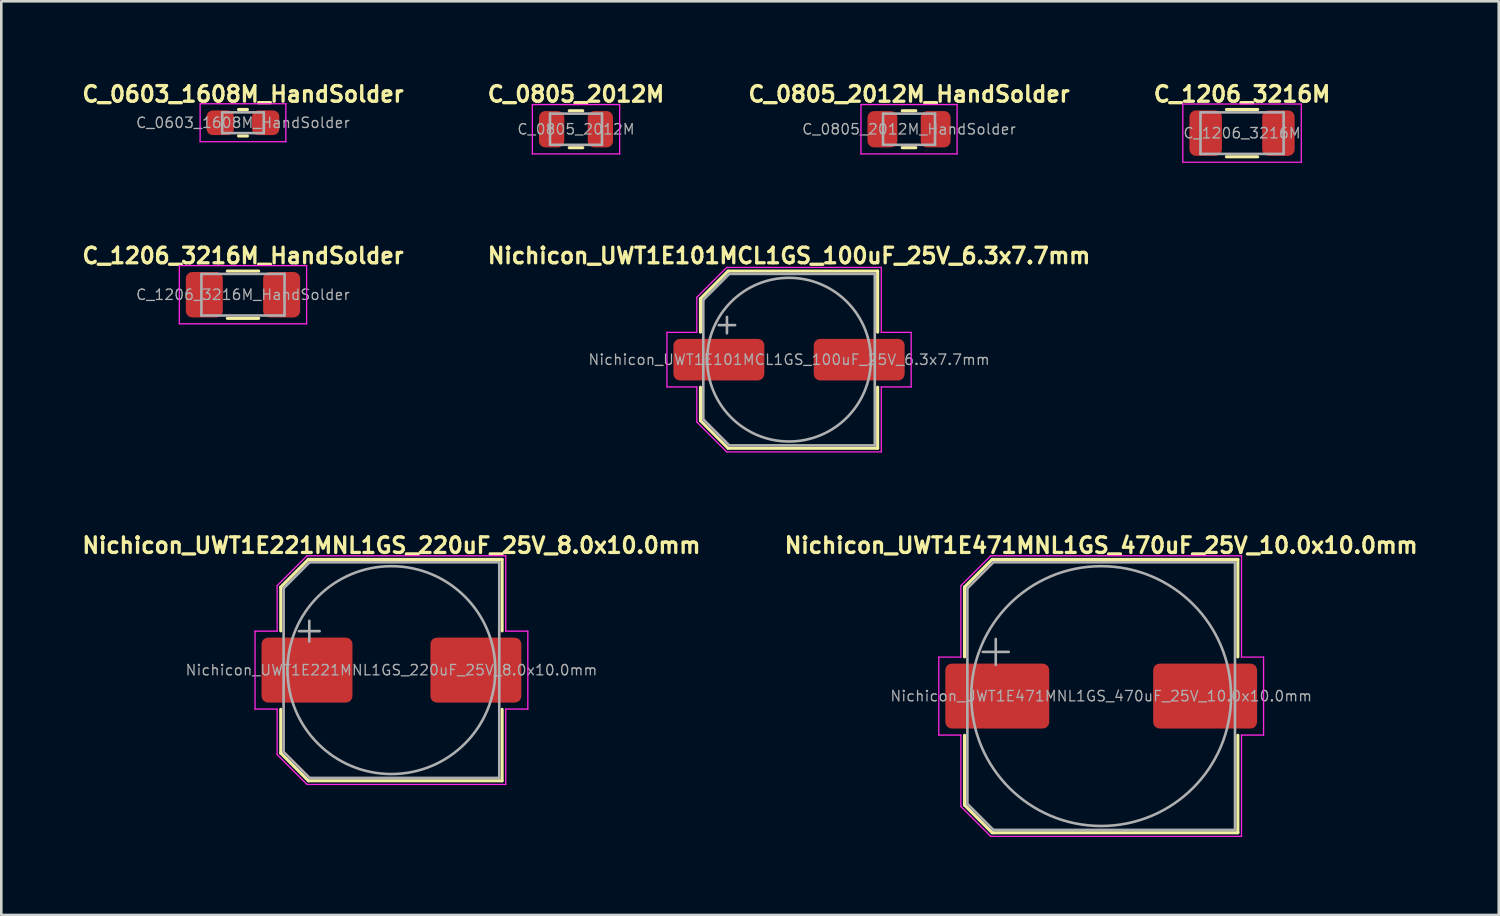
<source format=kicad_pcb>
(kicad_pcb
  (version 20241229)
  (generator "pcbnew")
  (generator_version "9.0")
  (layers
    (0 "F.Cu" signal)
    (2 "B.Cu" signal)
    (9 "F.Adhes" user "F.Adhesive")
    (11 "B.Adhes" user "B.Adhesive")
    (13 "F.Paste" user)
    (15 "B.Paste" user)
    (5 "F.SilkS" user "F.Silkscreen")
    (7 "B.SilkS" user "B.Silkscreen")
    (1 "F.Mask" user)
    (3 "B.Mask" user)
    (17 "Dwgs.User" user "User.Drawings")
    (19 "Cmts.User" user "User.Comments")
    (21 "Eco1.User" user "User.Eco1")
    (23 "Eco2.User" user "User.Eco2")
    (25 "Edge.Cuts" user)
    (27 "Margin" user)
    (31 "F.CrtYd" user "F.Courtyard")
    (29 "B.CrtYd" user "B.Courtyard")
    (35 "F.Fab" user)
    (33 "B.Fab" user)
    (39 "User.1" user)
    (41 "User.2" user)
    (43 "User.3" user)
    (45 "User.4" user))
  (footprint "Nichicon_UWT1E101MCL1GS_100uF_25V_6.3x7.7mm"
    (layer "F.Cu")
    (at 27.32 10.793)
    (property "Reference" "Nichicon_UWT1E101MCL1GS_100uF_25V_6.3x7.7mm" (at 0 -4 0) (layer "F.SilkS") (effects (font (size 0.6 0.6) (thickness 0.127))))
    (attr smd)
    (fp_line (start -3.41 -2.346) (end -3.41 -1.06) (stroke (width 0.12) (type solid)) (layer "F.SilkS"))
    (fp_line (start -3.41 -2.346) (end -2.346 -3.41) (stroke (width 0.12) (type solid)) (layer "F.SilkS"))
    (fp_line (start -3.41 2.346) (end -3.41 1.06) (stroke (width 0.12) (type solid)) (layer "F.SilkS"))
    (fp_line (start -3.41 2.346) (end -2.346 3.41) (stroke (width 0.12) (type solid)) (layer "F.SilkS"))
    (fp_line (start -2.346 -3.41) (end 3.41 -3.41) (stroke (width 0.12) (type solid)) (layer "F.SilkS"))
    (fp_line (start -2.346 3.41) (end 3.41 3.41) (stroke (width 0.12) (type solid)) (layer "F.SilkS"))
    (fp_line (start 3.41 -3.41) (end 3.41 -1.06) (stroke (width 0.12) (type solid)) (layer "F.SilkS"))
    (fp_line (start 3.41 3.41) (end 3.41 1.06) (stroke (width 0.12) (type solid)) (layer "F.SilkS"))
    (fp_line (start -4.7 -1.05) (end -4.7 1.05) (stroke (width 0.05) (type solid)) (layer "F.CrtYd"))
    (fp_line (start -4.7 1.05) (end -3.55 1.05) (stroke (width 0.05) (type solid)) (layer "F.CrtYd"))
    (fp_line (start -3.55 -2.4) (end -3.55 -1.05) (stroke (width 0.05) (type solid)) (layer "F.CrtYd"))
    (fp_line (start -3.55 -2.4) (end -2.4 -3.55) (stroke (width 0.05) (type solid)) (layer "F.CrtYd"))
    (fp_line (start -3.55 -1.05) (end -4.7 -1.05) (stroke (width 0.05) (type solid)) (layer "F.CrtYd"))
    (fp_line (start -3.55 1.05) (end -3.55 2.4) (stroke (width 0.05) (type solid)) (layer "F.CrtYd"))
    (fp_line (start -3.55 2.4) (end -2.4 3.55) (stroke (width 0.05) (type solid)) (layer "F.CrtYd"))
    (fp_line (start -2.4 -3.55) (end 3.55 -3.55) (stroke (width 0.05) (type solid)) (layer "F.CrtYd"))
    (fp_line (start -2.4 3.55) (end 3.55 3.55) (stroke (width 0.05) (type solid)) (layer "F.CrtYd"))
    (fp_line (start 3.55 -3.55) (end 3.55 -1.05) (stroke (width 0.05) (type solid)) (layer "F.CrtYd"))
    (fp_line (start 3.55 -1.05) (end 4.7 -1.05) (stroke (width 0.05) (type solid)) (layer "F.CrtYd"))
    (fp_line (start 3.55 1.05) (end 3.55 3.55) (stroke (width 0.05) (type solid)) (layer "F.CrtYd"))
    (fp_line (start 4.7 -1.05) (end 4.7 1.05) (stroke (width 0.05) (type solid)) (layer "F.CrtYd"))
    (fp_line (start 4.7 1.05) (end 3.55 1.05) (stroke (width 0.05) (type solid)) (layer "F.CrtYd"))
    (fp_line (start -3.3 -2.3) (end -3.3 2.3) (stroke (width 0.1) (type solid)) (layer "F.Fab"))
    (fp_line (start -3.3 -2.3) (end -2.3 -3.3) (stroke (width 0.1) (type solid)) (layer "F.Fab"))
    (fp_line (start -3.3 2.3) (end -2.3 3.3) (stroke (width 0.1) (type solid)) (layer "F.Fab"))
    (fp_line (start -2.705 -1.33) (end -2.075 -1.33) (stroke (width 0.1) (type solid)) (layer "F.Fab"))
    (fp_line (start -2.39 -1.645) (end -2.39 -1.015) (stroke (width 0.1) (type solid)) (layer "F.Fab"))
    (fp_line (start -2.3 -3.3) (end 3.3 -3.3) (stroke (width 0.1) (type solid)) (layer "F.Fab"))
    (fp_line (start -2.3 3.3) (end 3.3 3.3) (stroke (width 0.1) (type solid)) (layer "F.Fab"))
    (fp_line (start 3.3 -3.3) (end 3.3 3.3) (stroke (width 0.1) (type solid)) (layer "F.Fab"))
    (fp_circle (center 0 0) (end 3.15 0) (stroke (width 0.1) (type solid)) (fill no) (layer "F.Fab"))
    (fp_text user "${REFERENCE}" (at 0 0 0) (layer "F.Fab") (effects (font (size 0.4 0.4) (thickness 0.05))))
    (pad "1" smd roundrect (at -2.7 0) (size 3.5 1.6) (layers "F.Cu" "F.Mask" "F.Paste") (roundrect_rratio 0.156))
    (pad "2" smd roundrect (at 2.7 0) (size 3.5 1.6) (layers "F.Cu" "F.Mask" "F.Paste") (roundrect_rratio 0.156)))
  (footprint "C_0805_2012M"
    (layer "F.Cu")
    (at 19.12 1.924)
    (property "Reference" "C_0805_2012M" (at 0 -1.35 0) (layer "F.SilkS") (effects (font (size 0.6 0.6) (thickness 0.127))))
    (attr smd)
    (fp_line (start -0.259 -0.71) (end 0.259 -0.71) (stroke (width 0.12) (type solid)) (layer "F.SilkS"))
    (fp_line (start -0.259 0.71) (end 0.259 0.71) (stroke (width 0.12) (type solid)) (layer "F.SilkS"))
    (fp_line (start -1.68 -0.95) (end 1.68 -0.95) (stroke (width 0.05) (type solid)) (layer "F.CrtYd"))
    (fp_line (start -1.68 0.95) (end -1.68 -0.95) (stroke (width 0.05) (type solid)) (layer "F.CrtYd"))
    (fp_line (start 1.68 -0.95) (end 1.68 0.95) (stroke (width 0.05) (type solid)) (layer "F.CrtYd"))
    (fp_line (start 1.68 0.95) (end -1.68 0.95) (stroke (width 0.05) (type solid)) (layer "F.CrtYd"))
    (fp_line (start -1 -0.6) (end 1 -0.6) (stroke (width 0.1) (type solid)) (layer "F.Fab"))
    (fp_line (start -1 0.6) (end -1 -0.6) (stroke (width 0.1) (type solid)) (layer "F.Fab"))
    (fp_line (start 1 -0.6) (end 1 0.6) (stroke (width 0.1) (type solid)) (layer "F.Fab"))
    (fp_line (start 1 0.6) (end -1 0.6) (stroke (width 0.1) (type solid)) (layer "F.Fab"))
    (fp_text user "${REFERENCE}" (at 0 0 0) (layer "F.Fab") (effects (font (size 0.4 0.4) (thickness 0.05))))
    (pad "1" smd roundrect (at -0.938 0) (size 0.975 1.4) (layers "F.Cu" "F.Mask" "F.Paste") (roundrect_rratio 0.25))
    (pad "2" smd roundrect (at 0.938 0) (size 0.975 1.4) (layers "F.Cu" "F.Mask" "F.Paste") (roundrect_rratio 0.25)))
  (footprint "Nichicon_UWT1E471MNL1GS_470uF_25V_10.0x10.0mm"
    (layer "F.Cu")
    (at 39.334 23.742)
    (property "Reference" "Nichicon_UWT1E471MNL1GS_470uF_25V_10.0x10.0mm" (at 0 -5.8 0) (layer "F.SilkS") (effects (font (size 0.6 0.6) (thickness 0.127))))
    (attr smd)
    (fp_line (start -5.26 -4.196) (end -5.26 -1.51) (stroke (width 0.12) (type solid)) (layer "F.SilkS"))
    (fp_line (start -5.26 -4.196) (end -4.196 -5.26) (stroke (width 0.12) (type solid)) (layer "F.SilkS"))
    (fp_line (start -5.26 4.196) (end -5.26 1.51) (stroke (width 0.12) (type solid)) (layer "F.SilkS"))
    (fp_line (start -5.26 4.196) (end -4.196 5.26) (stroke (width 0.12) (type solid)) (layer "F.SilkS"))
    (fp_line (start -4.196 -5.26) (end 5.26 -5.26) (stroke (width 0.12) (type solid)) (layer "F.SilkS"))
    (fp_line (start -4.196 5.26) (end 5.26 5.26) (stroke (width 0.12) (type solid)) (layer "F.SilkS"))
    (fp_line (start 5.26 -5.26) (end 5.26 -1.51) (stroke (width 0.12) (type solid)) (layer "F.SilkS"))
    (fp_line (start 5.26 5.26) (end 5.26 1.51) (stroke (width 0.12) (type solid)) (layer "F.SilkS"))
    (fp_line (start -6.25 -1.5) (end -6.25 1.5) (stroke (width 0.05) (type solid)) (layer "F.CrtYd"))
    (fp_line (start -6.25 1.5) (end -5.4 1.5) (stroke (width 0.05) (type solid)) (layer "F.CrtYd"))
    (fp_line (start -5.4 -4.25) (end -5.4 -1.5) (stroke (width 0.05) (type solid)) (layer "F.CrtYd"))
    (fp_line (start -5.4 -4.25) (end -4.25 -5.4) (stroke (width 0.05) (type solid)) (layer "F.CrtYd"))
    (fp_line (start -5.4 -1.5) (end -6.25 -1.5) (stroke (width 0.05) (type solid)) (layer "F.CrtYd"))
    (fp_line (start -5.4 1.5) (end -5.4 4.25) (stroke (width 0.05) (type solid)) (layer "F.CrtYd"))
    (fp_line (start -5.4 4.25) (end -4.25 5.4) (stroke (width 0.05) (type solid)) (layer "F.CrtYd"))
    (fp_line (start -4.25 -5.4) (end 5.4 -5.4) (stroke (width 0.05) (type solid)) (layer "F.CrtYd"))
    (fp_line (start -4.25 5.4) (end 5.4 5.4) (stroke (width 0.05) (type solid)) (layer "F.CrtYd"))
    (fp_line (start 5.4 -5.4) (end 5.4 -1.5) (stroke (width 0.05) (type solid)) (layer "F.CrtYd"))
    (fp_line (start 5.4 -1.5) (end 6.25 -1.5) (stroke (width 0.05) (type solid)) (layer "F.CrtYd"))
    (fp_line (start 5.4 1.5) (end 5.4 5.4) (stroke (width 0.05) (type solid)) (layer "F.CrtYd"))
    (fp_line (start 6.25 -1.5) (end 6.25 1.5) (stroke (width 0.05) (type solid)) (layer "F.CrtYd"))
    (fp_line (start 6.25 1.5) (end 5.4 1.5) (stroke (width 0.05) (type solid)) (layer "F.CrtYd"))
    (fp_line (start -5.15 -4.15) (end -5.15 4.15) (stroke (width 0.1) (type solid)) (layer "F.Fab"))
    (fp_line (start -5.15 -4.15) (end -4.15 -5.15) (stroke (width 0.1) (type solid)) (layer "F.Fab"))
    (fp_line (start -5.15 4.15) (end -4.15 5.15) (stroke (width 0.1) (type solid)) (layer "F.Fab"))
    (fp_line (start -4.558 -1.7) (end -3.558 -1.7) (stroke (width 0.1) (type solid)) (layer "F.Fab"))
    (fp_line (start -4.15 -5.15) (end 5.15 -5.15) (stroke (width 0.1) (type solid)) (layer "F.Fab"))
    (fp_line (start -4.15 5.15) (end 5.15 5.15) (stroke (width 0.1) (type solid)) (layer "F.Fab"))
    (fp_line (start -4.058 -2.2) (end -4.058 -1.2) (stroke (width 0.1) (type solid)) (layer "F.Fab"))
    (fp_line (start 5.15 -5.15) (end 5.15 5.15) (stroke (width 0.1) (type solid)) (layer "F.Fab"))
    (fp_circle (center 0 0) (end 5 0) (stroke (width 0.1) (type solid)) (fill no) (layer "F.Fab"))
    (fp_text user "${REFERENCE}" (at 0 0 0) (layer "F.Fab") (effects (font (size 0.4 0.4) (thickness 0.05))))
    (pad "1" smd roundrect (at -4 0) (size 4 2.5) (layers "F.Cu" "F.Mask" "F.Paste") (roundrect_rratio 0.1))
    (pad "2" smd roundrect (at 4 0) (size 4 2.5) (layers "F.Cu" "F.Mask" "F.Paste") (roundrect_rratio 0.1)))
  (footprint "C_1206_3216M"
    (layer "F.Cu")
    (at 44.756 2.074)
    (property "Reference" "C_1206_3216M" (at 0 -1.5 0) (layer "F.SilkS") (effects (font (size 0.6 0.6) (thickness 0.127))))
    (attr smd)
    (fp_line (start -0.602 -0.91) (end 0.602 -0.91) (stroke (width 0.12) (type solid)) (layer "F.SilkS"))
    (fp_line (start -0.602 0.91) (end 0.602 0.91) (stroke (width 0.12) (type solid)) (layer "F.SilkS"))
    (fp_line (start -2.28 -1.12) (end 2.28 -1.12) (stroke (width 0.05) (type solid)) (layer "F.CrtYd"))
    (fp_line (start -2.28 1.12) (end -2.28 -1.12) (stroke (width 0.05) (type solid)) (layer "F.CrtYd"))
    (fp_line (start 2.28 -1.12) (end 2.28 1.12) (stroke (width 0.05) (type solid)) (layer "F.CrtYd"))
    (fp_line (start 2.28 1.12) (end -2.28 1.12) (stroke (width 0.05) (type solid)) (layer "F.CrtYd"))
    (fp_line (start -1.6 -0.8) (end 1.6 -0.8) (stroke (width 0.1) (type solid)) (layer "F.Fab"))
    (fp_line (start -1.6 0.8) (end -1.6 -0.8) (stroke (width 0.1) (type solid)) (layer "F.Fab"))
    (fp_line (start 1.6 -0.8) (end 1.6 0.8) (stroke (width 0.1) (type solid)) (layer "F.Fab"))
    (fp_line (start 1.6 0.8) (end -1.6 0.8) (stroke (width 0.1) (type solid)) (layer "F.Fab"))
    (fp_text user "${REFERENCE}" (at 0 0 0) (layer "F.Fab") (effects (font (size 0.4 0.4) (thickness 0.05))))
    (pad "1" smd roundrect (at -1.4 0) (size 1.25 1.75) (layers "F.Cu" "F.Mask" "F.Paste") (roundrect_rratio 0.2))
    (pad "2" smd roundrect (at 1.4 0) (size 1.25 1.75) (layers "F.Cu" "F.Mask" "F.Paste") (roundrect_rratio 0.2)))
  (footprint "C_1206_3216M_HandSolder"
    (layer "F.Cu")
    (at 6.302 8.293)
    (property "Reference" "C_1206_3216M_HandSolder" (at 0 -1.5 0) (layer "F.SilkS") (effects (font (size 0.6 0.6) (thickness 0.127))))
    (attr smd)
    (fp_line (start -0.602 -0.91) (end 0.602 -0.91) (stroke (width 0.12) (type solid)) (layer "F.SilkS"))
    (fp_line (start -0.602 0.91) (end 0.602 0.91) (stroke (width 0.12) (type solid)) (layer "F.SilkS"))
    (fp_line (start -2.45 -1.12) (end 2.45 -1.12) (stroke (width 0.05) (type solid)) (layer "F.CrtYd"))
    (fp_line (start -2.45 1.12) (end -2.45 -1.12) (stroke (width 0.05) (type solid)) (layer "F.CrtYd"))
    (fp_line (start 2.45 -1.12) (end 2.45 1.12) (stroke (width 0.05) (type solid)) (layer "F.CrtYd"))
    (fp_line (start 2.45 1.12) (end -2.45 1.12) (stroke (width 0.05) (type solid)) (layer "F.CrtYd"))
    (fp_line (start -1.6 -0.8) (end 1.6 -0.8) (stroke (width 0.1) (type solid)) (layer "F.Fab"))
    (fp_line (start -1.6 0.8) (end -1.6 -0.8) (stroke (width 0.1) (type solid)) (layer "F.Fab"))
    (fp_line (start 1.6 -0.8) (end 1.6 0.8) (stroke (width 0.1) (type solid)) (layer "F.Fab"))
    (fp_line (start 1.6 0.8) (end -1.6 0.8) (stroke (width 0.1) (type solid)) (layer "F.Fab"))
    (fp_text user "${REFERENCE}" (at 0 0 0) (layer "F.Fab") (effects (font (size 0.4 0.4) (thickness 0.05))))
    (pad "1" smd roundrect (at -1.488 0) (size 1.425 1.75) (layers "F.Cu" "F.Mask" "F.Paste") (roundrect_rratio 0.175))
    (pad "2" smd roundrect (at 1.488 0) (size 1.425 1.75) (layers "F.Cu" "F.Mask" "F.Paste") (roundrect_rratio 0.175)))
  (footprint "C_0805_2012M_HandSolder"
    (layer "F.Cu")
    (at 31.938 1.924)
    (property "Reference" "C_0805_2012M_HandSolder" (at 0 -1.35 0) (layer "F.SilkS") (effects (font (size 0.6 0.6) (thickness 0.127))))
    (attr smd)
    (fp_line (start -0.261 -0.71) (end 0.261 -0.71) (stroke (width 0.12) (type solid)) (layer "F.SilkS"))
    (fp_line (start -0.261 0.71) (end 0.261 0.71) (stroke (width 0.12) (type solid)) (layer "F.SilkS"))
    (fp_line (start -1.85 -0.95) (end 1.85 -0.95) (stroke (width 0.05) (type solid)) (layer "F.CrtYd"))
    (fp_line (start -1.85 0.95) (end -1.85 -0.95) (stroke (width 0.05) (type solid)) (layer "F.CrtYd"))
    (fp_line (start 1.85 -0.95) (end 1.85 0.95) (stroke (width 0.05) (type solid)) (layer "F.CrtYd"))
    (fp_line (start 1.85 0.95) (end -1.85 0.95) (stroke (width 0.05) (type solid)) (layer "F.CrtYd"))
    (fp_line (start -1 -0.6) (end 1 -0.6) (stroke (width 0.1) (type solid)) (layer "F.Fab"))
    (fp_line (start -1 0.6) (end -1 -0.6) (stroke (width 0.1) (type solid)) (layer "F.Fab"))
    (fp_line (start 1 -0.6) (end 1 0.6) (stroke (width 0.1) (type solid)) (layer "F.Fab"))
    (fp_line (start 1 0.6) (end -1 0.6) (stroke (width 0.1) (type solid)) (layer "F.Fab"))
    (fp_text user "${REFERENCE}" (at 0 0 180) (layer "F.Fab") (effects (font (size 0.4 0.4) (thickness 0.05))))
    (pad "1" smd roundrect (at -1.025 0) (size 1.15 1.4) (layers "F.Cu" "F.Mask" "F.Paste") (roundrect_rratio 0.217))
    (pad "2" smd roundrect (at 1.025 0) (size 1.15 1.4) (layers "F.Cu" "F.Mask" "F.Paste") (roundrect_rratio 0.217)))
  (footprint "C_0603_1608M_HandSolder"
    (layer "F.Cu")
    (at 6.302 1.674)
    (property "Reference" "C_0603_1608M_HandSolder" (at 0 -1.1 0) (layer "F.SilkS") (effects (font (size 0.6 0.6) (thickness 0.127))))
    (attr smd)
    (fp_line (start -0.171 -0.51) (end 0.171 -0.51) (stroke (width 0.12) (type solid)) (layer "F.SilkS"))
    (fp_line (start -0.171 0.51) (end 0.171 0.51) (stroke (width 0.12) (type solid)) (layer "F.SilkS"))
    (fp_line (start -1.65 -0.73) (end 1.65 -0.73) (stroke (width 0.05) (type solid)) (layer "F.CrtYd"))
    (fp_line (start -1.65 0.73) (end -1.65 -0.73) (stroke (width 0.05) (type solid)) (layer "F.CrtYd"))
    (fp_line (start 1.65 -0.73) (end 1.65 0.73) (stroke (width 0.05) (type solid)) (layer "F.CrtYd"))
    (fp_line (start 1.65 0.73) (end -1.65 0.73) (stroke (width 0.05) (type solid)) (layer "F.CrtYd"))
    (fp_line (start -0.8 -0.4) (end 0.8 -0.4) (stroke (width 0.1) (type solid)) (layer "F.Fab"))
    (fp_line (start -0.8 0.4) (end -0.8 -0.4) (stroke (width 0.1) (type solid)) (layer "F.Fab"))
    (fp_line (start 0.8 -0.4) (end 0.8 0.4) (stroke (width 0.1) (type solid)) (layer "F.Fab"))
    (fp_line (start 0.8 0.4) (end -0.8 0.4) (stroke (width 0.1) (type solid)) (layer "F.Fab"))
    (fp_text user "${REFERENCE}" (at 0 0 0) (layer "F.Fab") (effects (font (size 0.4 0.4) (thickness 0.05))))
    (pad "1" smd roundrect (at -0.875 0) (size 1.05 0.95) (layers "F.Cu" "F.Mask" "F.Paste") (roundrect_rratio 0.25))
    (pad "2" smd roundrect (at 0.875 0) (size 1.05 0.95) (layers "F.Cu" "F.Mask" "F.Paste") (roundrect_rratio 0.25)))
  (footprint "Nichicon_UWT1E221MNL1GS_220uF_25V_8.0x10.0mm"
    (layer "F.Cu")
    (at 12.016 22.742)
    (property "Reference" "Nichicon_UWT1E221MNL1GS_220uF_25V_8.0x10.0mm" (at 0 -4.8 0) (layer "F.SilkS") (effects (font (size 0.6 0.6) (thickness 0.127))))
    (attr smd)
    (fp_line (start -4.26 -3.196) (end -4.26 -1.51) (stroke (width 0.12) (type solid)) (layer "F.SilkS"))
    (fp_line (start -4.26 -3.196) (end -3.196 -4.26) (stroke (width 0.12) (type solid)) (layer "F.SilkS"))
    (fp_line (start -4.26 3.196) (end -4.26 1.51) (stroke (width 0.12) (type solid)) (layer "F.SilkS"))
    (fp_line (start -4.26 3.196) (end -3.196 4.26) (stroke (width 0.12) (type solid)) (layer "F.SilkS"))
    (fp_line (start -3.196 -4.26) (end 4.26 -4.26) (stroke (width 0.12) (type solid)) (layer "F.SilkS"))
    (fp_line (start -3.196 4.26) (end 4.26 4.26) (stroke (width 0.12) (type solid)) (layer "F.SilkS"))
    (fp_line (start 4.26 -4.26) (end 4.26 -1.51) (stroke (width 0.12) (type solid)) (layer "F.SilkS"))
    (fp_line (start 4.26 4.26) (end 4.26 1.51) (stroke (width 0.12) (type solid)) (layer "F.SilkS"))
    (fp_line (start -5.25 -1.5) (end -5.25 1.5) (stroke (width 0.05) (type solid)) (layer "F.CrtYd"))
    (fp_line (start -5.25 1.5) (end -4.4 1.5) (stroke (width 0.05) (type solid)) (layer "F.CrtYd"))
    (fp_line (start -4.4 -3.25) (end -4.4 -1.5) (stroke (width 0.05) (type solid)) (layer "F.CrtYd"))
    (fp_line (start -4.4 -3.25) (end -3.25 -4.4) (stroke (width 0.05) (type solid)) (layer "F.CrtYd"))
    (fp_line (start -4.4 -1.5) (end -5.25 -1.5) (stroke (width 0.05) (type solid)) (layer "F.CrtYd"))
    (fp_line (start -4.4 1.5) (end -4.4 3.25) (stroke (width 0.05) (type solid)) (layer "F.CrtYd"))
    (fp_line (start -4.4 3.25) (end -3.25 4.4) (stroke (width 0.05) (type solid)) (layer "F.CrtYd"))
    (fp_line (start -3.25 -4.4) (end 4.4 -4.4) (stroke (width 0.05) (type solid)) (layer "F.CrtYd"))
    (fp_line (start -3.25 4.4) (end 4.4 4.4) (stroke (width 0.05) (type solid)) (layer "F.CrtYd"))
    (fp_line (start 4.4 -4.4) (end 4.4 -1.5) (stroke (width 0.05) (type solid)) (layer "F.CrtYd"))
    (fp_line (start 4.4 -1.5) (end 5.25 -1.5) (stroke (width 0.05) (type solid)) (layer "F.CrtYd"))
    (fp_line (start 4.4 1.5) (end 4.4 4.4) (stroke (width 0.05) (type solid)) (layer "F.CrtYd"))
    (fp_line (start 5.25 -1.5) (end 5.25 1.5) (stroke (width 0.05) (type solid)) (layer "F.CrtYd"))
    (fp_line (start 5.25 1.5) (end 4.4 1.5) (stroke (width 0.05) (type solid)) (layer "F.CrtYd"))
    (fp_line (start -4.15 -3.15) (end -4.15 3.15) (stroke (width 0.1) (type solid)) (layer "F.Fab"))
    (fp_line (start -4.15 -3.15) (end -3.15 -4.15) (stroke (width 0.1) (type solid)) (layer "F.Fab"))
    (fp_line (start -4.15 3.15) (end -3.15 4.15) (stroke (width 0.1) (type solid)) (layer "F.Fab"))
    (fp_line (start -3.562 -1.5) (end -2.762 -1.5) (stroke (width 0.1) (type solid)) (layer "F.Fab"))
    (fp_line (start -3.162 -1.9) (end -3.162 -1.1) (stroke (width 0.1) (type solid)) (layer "F.Fab"))
    (fp_line (start -3.15 -4.15) (end 4.15 -4.15) (stroke (width 0.1) (type solid)) (layer "F.Fab"))
    (fp_line (start -3.15 4.15) (end 4.15 4.15) (stroke (width 0.1) (type solid)) (layer "F.Fab"))
    (fp_line (start 4.15 -4.15) (end 4.15 4.15) (stroke (width 0.1) (type solid)) (layer "F.Fab"))
    (fp_circle (center 0 0) (end 4 0) (stroke (width 0.1) (type solid)) (fill no) (layer "F.Fab"))
    (fp_text user "${REFERENCE}" (at 0 0 0) (layer "F.Fab") (effects (font (size 0.4 0.4) (thickness 0.05))))
    (pad "1" smd roundrect (at -3.25 0) (size 3.5 2.5) (layers "F.Cu" "F.Mask" "F.Paste") (roundrect_rratio 0.1))
    (pad "2" smd roundrect (at 3.25 0) (size 3.5 2.5) (layers "F.Cu" "F.Mask" "F.Paste") (roundrect_rratio 0.1)))
  (gr_rect
    (start -3 -3)
    (end 54.636 32.167)
    (stroke (width 0.1) (type default))
    (fill no)
    (layer "Edge.Cuts")))
</source>
